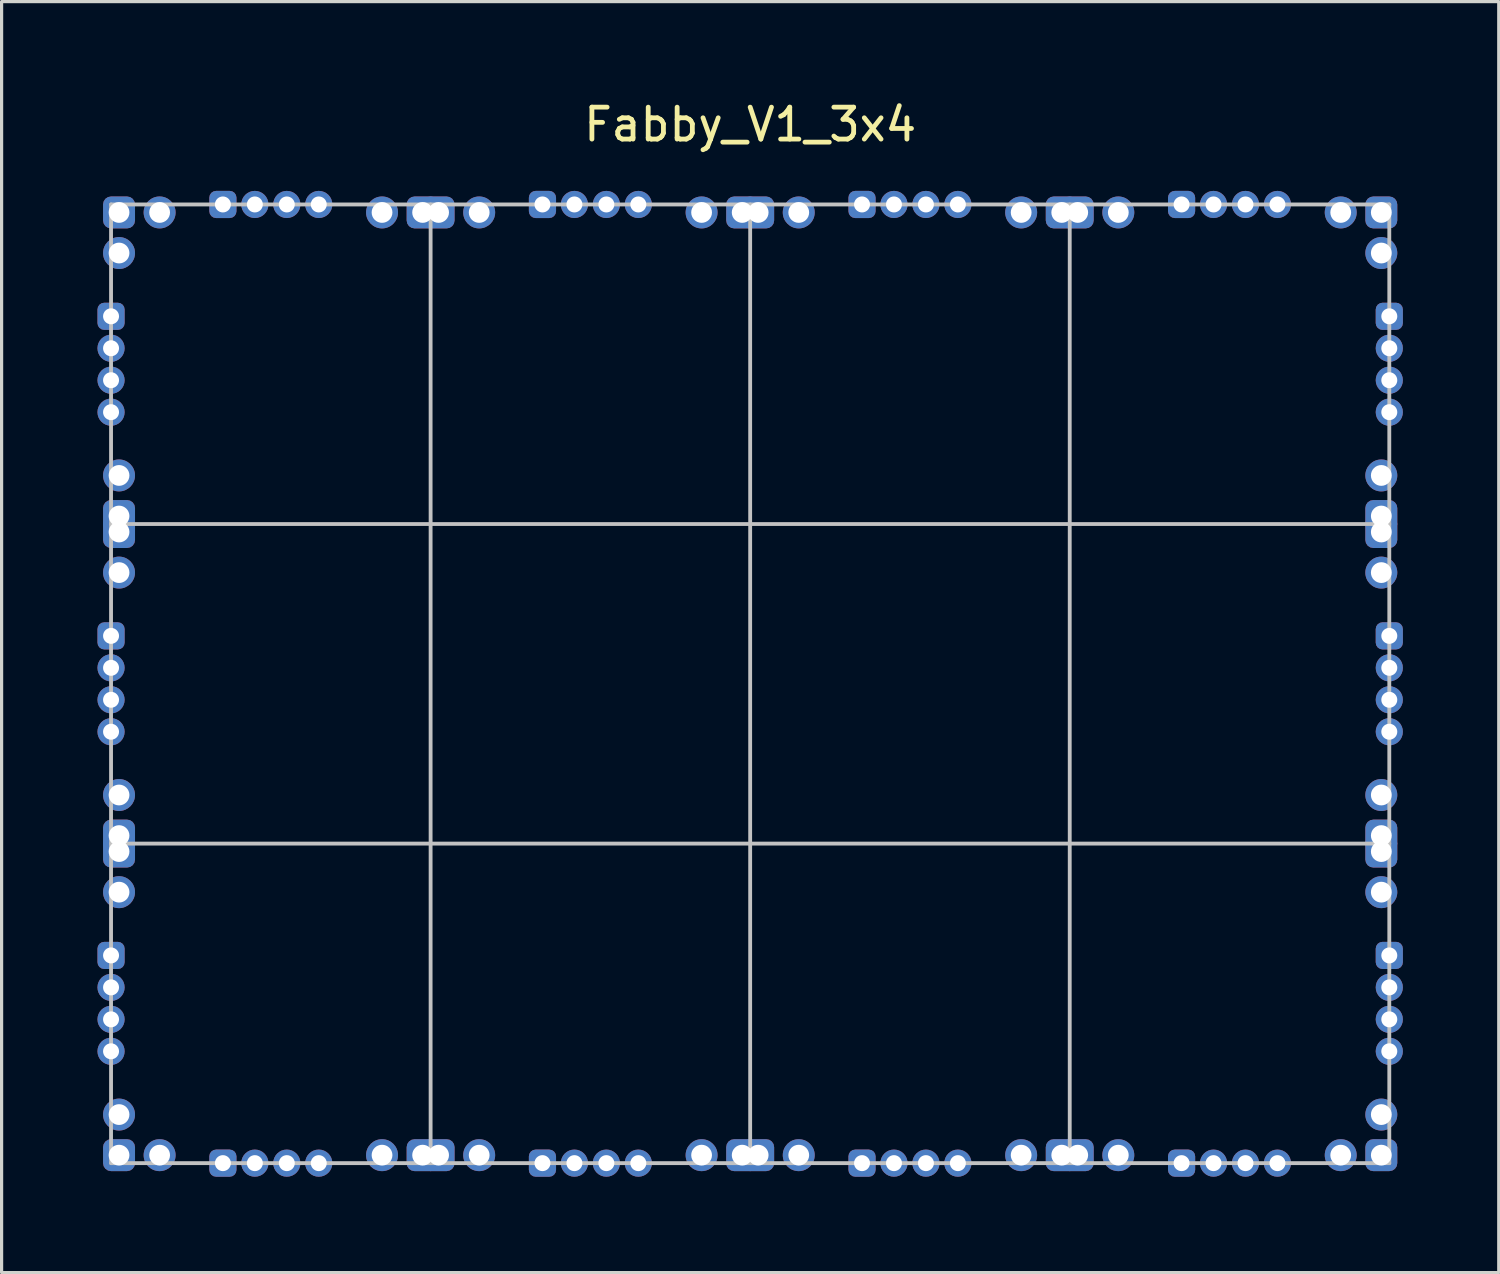
<source format=kicad_pcb>
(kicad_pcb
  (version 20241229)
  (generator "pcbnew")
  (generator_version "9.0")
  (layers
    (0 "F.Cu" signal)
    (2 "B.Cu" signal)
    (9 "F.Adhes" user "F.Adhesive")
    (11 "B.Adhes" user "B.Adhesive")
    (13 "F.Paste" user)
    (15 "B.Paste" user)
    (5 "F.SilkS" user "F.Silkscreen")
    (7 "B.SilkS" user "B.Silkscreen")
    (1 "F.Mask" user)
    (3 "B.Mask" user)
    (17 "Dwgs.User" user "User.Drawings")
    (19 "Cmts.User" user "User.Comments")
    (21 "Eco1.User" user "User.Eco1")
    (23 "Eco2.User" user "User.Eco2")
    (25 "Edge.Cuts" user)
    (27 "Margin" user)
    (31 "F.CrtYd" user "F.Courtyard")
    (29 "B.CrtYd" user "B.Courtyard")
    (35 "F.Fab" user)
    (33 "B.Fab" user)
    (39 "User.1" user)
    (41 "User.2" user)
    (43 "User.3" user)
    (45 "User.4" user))
  (footprint "Fabby_V1_3x4"
    (layer "F.Cu")
    (at 20.425 18.348)
    (property "Reference" "Fabby_V1_3x4" (at 0 -17.5 0) (layer "F.SilkS") (effects (font (size 1 1) (thickness 0.15))))
    (attr through_hole)
    (fp_line (start -20 -15) (end 20 -15) (stroke (width 0.12) (type solid)) (layer "Dwgs.User"))
    (fp_line (start -20 -5) (end 20 -5) (stroke (width 0.12) (type solid)) (layer "Dwgs.User"))
    (fp_line (start -20 5) (end 20 5) (stroke (width 0.12) (type solid)) (layer "Dwgs.User"))
    (fp_line (start -20 15) (end -20 -15) (stroke (width 0.12) (type solid)) (layer "Dwgs.User"))
    (fp_line (start -20 15) (end 20 15) (stroke (width 0.12) (type solid)) (layer "Dwgs.User"))
    (fp_line (start -10 15) (end -10 -15) (stroke (width 0.12) (type solid)) (layer "Dwgs.User"))
    (fp_line (start 0 -15) (end 0 15) (stroke (width 0.12) (type solid)) (layer "Dwgs.User"))
    (fp_line (start 10 15) (end 10 -15) (stroke (width 0.12) (type solid)) (layer "Dwgs.User"))
    (fp_line (start 20 -15) (end 20 15) (stroke (width 0.12) (type solid)) (layer "Dwgs.User"))
    (pad "GND" thru_hole roundrect (at -19.75 -14.75) (size 1 1) (drill 0.65) (layers "*.Cu" "*.Mask") (roundrect_rratio 0.25))
    (pad "GND" thru_hole roundrect (at -19.75 -5.25 90) (size 1 1) (drill 0.65) (layers "*.Cu" "*.Mask") (roundrect_rratio 0.25))
    (pad "GND" thru_hole roundrect (at -19.75 -4.75) (size 1 1) (drill 0.65) (layers "*.Cu" "*.Mask") (roundrect_rratio 0.25))
    (pad "GND" thru_hole roundrect (at -19.75 4.75 90) (size 1 1) (drill 0.65) (layers "*.Cu" "*.Mask") (roundrect_rratio 0.25))
    (pad "GND" thru_hole roundrect (at -19.75 5.25) (size 1 1) (drill 0.65) (layers "*.Cu" "*.Mask") (roundrect_rratio 0.25))
    (pad "GND" thru_hole roundrect (at -19.75 14.75 90) (size 1 1) (drill 0.65) (layers "*.Cu" "*.Mask") (roundrect_rratio 0.25))
    (pad "GND" thru_hole roundrect (at -10.25 -14.75 270) (size 1 1) (drill 0.65) (layers "*.Cu" "*.Mask") (roundrect_rratio 0.25))
    (pad "GND" thru_hole roundrect (at -10.25 14.75 180) (size 1 1) (drill 0.65) (layers "*.Cu" "*.Mask") (roundrect_rratio 0.25))
    (pad "GND" thru_hole roundrect (at -9.75 -14.75) (size 1 1) (drill 0.65) (layers "*.Cu" "*.Mask") (roundrect_rratio 0.25))
    (pad "GND" thru_hole roundrect (at -9.75 14.75 90) (size 1 1) (drill 0.65) (layers "*.Cu" "*.Mask") (roundrect_rratio 0.25))
    (pad "GND" thru_hole roundrect (at -0.25 -14.75 270) (size 1 1) (drill 0.65) (layers "*.Cu" "*.Mask") (roundrect_rratio 0.25))
    (pad "GND" thru_hole roundrect (at -0.25 14.75 180) (size 1 1) (drill 0.65) (layers "*.Cu" "*.Mask") (roundrect_rratio 0.25))
    (pad "GND" thru_hole roundrect (at 0.25 -14.75) (size 1 1) (drill 0.65) (layers "*.Cu" "*.Mask") (roundrect_rratio 0.25))
    (pad "GND" thru_hole roundrect (at 0.25 14.75 90) (size 1 1) (drill 0.65) (layers "*.Cu" "*.Mask") (roundrect_rratio 0.25))
    (pad "GND" thru_hole roundrect (at 9.75 -14.75 270) (size 1 1) (drill 0.65) (layers "*.Cu" "*.Mask") (roundrect_rratio 0.25))
    (pad "GND" thru_hole roundrect (at 9.75 14.75 180) (size 1 1) (drill 0.65) (layers "*.Cu" "*.Mask") (roundrect_rratio 0.25))
    (pad "GND" thru_hole roundrect (at 10.25 -14.75) (size 1 1) (drill 0.65) (layers "*.Cu" "*.Mask") (roundrect_rratio 0.25))
    (pad "GND" thru_hole roundrect (at 10.25 14.75 90) (size 1 1) (drill 0.65) (layers "*.Cu" "*.Mask") (roundrect_rratio 0.25))
    (pad "GND" thru_hole roundrect (at 19.75 -14.75 270) (size 1 1) (drill 0.65) (layers "*.Cu" "*.Mask") (roundrect_rratio 0.25))
    (pad "GND" thru_hole roundrect (at 19.75 -5.25 180) (size 1 1) (drill 0.65) (layers "*.Cu" "*.Mask") (roundrect_rratio 0.25))
    (pad "GND" thru_hole roundrect (at 19.75 -4.75 270) (size 1 1) (drill 0.65) (layers "*.Cu" "*.Mask") (roundrect_rratio 0.25))
    (pad "GND" thru_hole roundrect (at 19.75 4.75 180) (size 1 1) (drill 0.65) (layers "*.Cu" "*.Mask") (roundrect_rratio 0.25))
    (pad "GND" thru_hole roundrect (at 19.75 5.25 270) (size 1 1) (drill 0.65) (layers "*.Cu" "*.Mask") (roundrect_rratio 0.25))
    (pad "GND" thru_hole roundrect (at 19.75 14.75 180) (size 1 1) (drill 0.65) (layers "*.Cu" "*.Mask") (roundrect_rratio 0.25))
    (pad "H1" thru_hole roundrect (at -20 -11.5 180) (size 0.85 0.85) (drill 0.5) (layers "*.Cu" "*.Mask") (roundrect_rratio 0.25))
    (pad "H1" thru_hole roundrect (at 20 -11.5 180) (size 0.85 0.85) (drill 0.5) (layers "*.Cu" "*.Mask") (roundrect_rratio 0.25))
    (pad "H2" thru_hole circle (at -20 -10.5 180) (size 0.85 0.85) (drill 0.5) (layers "*.Cu" "*.Mask"))
    (pad "H2" thru_hole circle (at 20 -10.5 180) (size 0.85 0.85) (drill 0.5) (layers "*.Cu" "*.Mask"))
    (pad "H3" thru_hole circle (at -20 -9.5 180) (size 0.85 0.85) (drill 0.5) (layers "*.Cu" "*.Mask"))
    (pad "H3" thru_hole circle (at 20 -9.5 180) (size 0.85 0.85) (drill 0.5) (layers "*.Cu" "*.Mask"))
    (pad "H4" thru_hole circle (at -20 -8.5 180) (size 0.85 0.85) (drill 0.5) (layers "*.Cu" "*.Mask"))
    (pad "H4" thru_hole circle (at 20 -8.5 180) (size 0.85 0.85) (drill 0.5) (layers "*.Cu" "*.Mask"))
    (pad "H5" thru_hole roundrect (at -20 -1.5 180) (size 0.85 0.85) (drill 0.5) (layers "*.Cu" "*.Mask") (roundrect_rratio 0.25))
    (pad "H5" thru_hole roundrect (at 20 -1.5 180) (size 0.85 0.85) (drill 0.5) (layers "*.Cu" "*.Mask") (roundrect_rratio 0.25))
    (pad "H6" thru_hole circle (at -20 -0.5 180) (size 0.85 0.85) (drill 0.5) (layers "*.Cu" "*.Mask"))
    (pad "H6" thru_hole circle (at 20 -0.5 180) (size 0.85 0.85) (drill 0.5) (layers "*.Cu" "*.Mask"))
    (pad "H7" thru_hole circle (at -20 0.5 180) (size 0.85 0.85) (drill 0.5) (layers "*.Cu" "*.Mask"))
    (pad "H7" thru_hole circle (at 20 0.5 180) (size 0.85 0.85) (drill 0.5) (layers "*.Cu" "*.Mask"))
    (pad "H8" thru_hole circle (at -20 1.5 180) (size 0.85 0.85) (drill 0.5) (layers "*.Cu" "*.Mask"))
    (pad "H8" thru_hole circle (at 20 1.5 180) (size 0.85 0.85) (drill 0.5) (layers "*.Cu" "*.Mask"))
    (pad "H9" thru_hole roundrect (at -20 8.5 180) (size 0.85 0.85) (drill 0.5) (layers "*.Cu" "*.Mask") (roundrect_rratio 0.25))
    (pad "H9" thru_hole roundrect (at 20 8.5 180) (size 0.85 0.85) (drill 0.5) (layers "*.Cu" "*.Mask") (roundrect_rratio 0.25))
    (pad "H10" thru_hole circle (at -20 9.5 180) (size 0.85 0.85) (drill 0.5) (layers "*.Cu" "*.Mask"))
    (pad "H10" thru_hole circle (at 20 9.5 180) (size 0.85 0.85) (drill 0.5) (layers "*.Cu" "*.Mask"))
    (pad "H11" thru_hole circle (at -20 10.5 180) (size 0.85 0.85) (drill 0.5) (layers "*.Cu" "*.Mask"))
    (pad "H11" thru_hole circle (at 20 10.5 180) (size 0.85 0.85) (drill 0.5) (layers "*.Cu" "*.Mask"))
    (pad "H12" thru_hole circle (at -20 11.5 180) (size 0.85 0.85) (drill 0.5) (layers "*.Cu" "*.Mask"))
    (pad "H12" thru_hole circle (at 20 11.5 180) (size 0.85 0.85) (drill 0.5) (layers "*.Cu" "*.Mask"))
    (pad "V1" thru_hole roundrect (at -16.5 -15 90) (size 0.85 0.85) (drill 0.5) (layers "*.Cu" "*.Mask") (roundrect_rratio 0.25))
    (pad "V1" thru_hole roundrect (at -16.5 15 90) (size 0.85 0.85) (drill 0.5) (layers "*.Cu" "*.Mask") (roundrect_rratio 0.25))
    (pad "V2" thru_hole circle (at -15.5 -15 90) (size 0.85 0.85) (drill 0.5) (layers "*.Cu" "*.Mask"))
    (pad "V2" thru_hole circle (at -15.5 15 90) (size 0.85 0.85) (drill 0.5) (layers "*.Cu" "*.Mask"))
    (pad "V3" thru_hole circle (at -14.5 -15 90) (size 0.85 0.85) (drill 0.5) (layers "*.Cu" "*.Mask"))
    (pad "V3" thru_hole circle (at -14.5 15 90) (size 0.85 0.85) (drill 0.5) (layers "*.Cu" "*.Mask"))
    (pad "V4" thru_hole circle (at -13.5 -15 90) (size 0.85 0.85) (drill 0.5) (layers "*.Cu" "*.Mask"))
    (pad "V4" thru_hole circle (at -13.5 15 90) (size 0.85 0.85) (drill 0.5) (layers "*.Cu" "*.Mask"))
    (pad "V5" thru_hole roundrect (at -6.5 -15 90) (size 0.85 0.85) (drill 0.5) (layers "*.Cu" "*.Mask") (roundrect_rratio 0.25))
    (pad "V5" thru_hole roundrect (at -6.5 15 90) (size 0.85 0.85) (drill 0.5) (layers "*.Cu" "*.Mask") (roundrect_rratio 0.25))
    (pad "V6" thru_hole circle (at -5.5 -15 90) (size 0.85 0.85) (drill 0.5) (layers "*.Cu" "*.Mask"))
    (pad "V6" thru_hole circle (at -5.5 15 90) (size 0.85 0.85) (drill 0.5) (layers "*.Cu" "*.Mask"))
    (pad "V7" thru_hole circle (at -4.5 -15 90) (size 0.85 0.85) (drill 0.5) (layers "*.Cu" "*.Mask"))
    (pad "V7" thru_hole circle (at -4.5 15 90) (size 0.85 0.85) (drill 0.5) (layers "*.Cu" "*.Mask"))
    (pad "V8" thru_hole circle (at -3.5 -15 90) (size 0.85 0.85) (drill 0.5) (layers "*.Cu" "*.Mask"))
    (pad "V8" thru_hole circle (at -3.5 15 90) (size 0.85 0.85) (drill 0.5) (layers "*.Cu" "*.Mask"))
    (pad "V9" thru_hole roundrect (at 3.5 -15 90) (size 0.85 0.85) (drill 0.5) (layers "*.Cu" "*.Mask") (roundrect_rratio 0.25))
    (pad "V9" thru_hole roundrect (at 3.5 15 90) (size 0.85 0.85) (drill 0.5) (layers "*.Cu" "*.Mask") (roundrect_rratio 0.25))
    (pad "V10" thru_hole circle (at 4.5 -15 90) (size 0.85 0.85) (drill 0.5) (layers "*.Cu" "*.Mask"))
    (pad "V10" thru_hole circle (at 4.5 15 90) (size 0.85 0.85) (drill 0.5) (layers "*.Cu" "*.Mask"))
    (pad "V11" thru_hole circle (at 5.5 -15 90) (size 0.85 0.85) (drill 0.5) (layers "*.Cu" "*.Mask"))
    (pad "V11" thru_hole circle (at 5.5 15 90) (size 0.85 0.85) (drill 0.5) (layers "*.Cu" "*.Mask"))
    (pad "V12" thru_hole circle (at 6.5 -15 90) (size 0.85 0.85) (drill 0.5) (layers "*.Cu" "*.Mask"))
    (pad "V12" thru_hole circle (at 6.5 15 90) (size 0.85 0.85) (drill 0.5) (layers "*.Cu" "*.Mask"))
    (pad "V13" thru_hole roundrect (at 13.5 -15 90) (size 0.85 0.85) (drill 0.5) (layers "*.Cu" "*.Mask") (roundrect_rratio 0.25))
    (pad "V13" thru_hole roundrect (at 13.5 15 90) (size 0.85 0.85) (drill 0.5) (layers "*.Cu" "*.Mask") (roundrect_rratio 0.25))
    (pad "V14" thru_hole circle (at 14.5 -15 90) (size 0.85 0.85) (drill 0.5) (layers "*.Cu" "*.Mask"))
    (pad "V14" thru_hole circle (at 14.5 15 90) (size 0.85 0.85) (drill 0.5) (layers "*.Cu" "*.Mask"))
    (pad "V15" thru_hole circle (at 15.5 -15 90) (size 0.85 0.85) (drill 0.5) (layers "*.Cu" "*.Mask"))
    (pad "V15" thru_hole circle (at 15.5 15 90) (size 0.85 0.85) (drill 0.5) (layers "*.Cu" "*.Mask"))
    (pad "V16" thru_hole circle (at 16.5 -15 90) (size 0.85 0.85) (drill 0.5) (layers "*.Cu" "*.Mask"))
    (pad "V16" thru_hole circle (at 16.5 15 90) (size 0.85 0.85) (drill 0.5) (layers "*.Cu" "*.Mask"))
    (pad "VCC" thru_hole circle (at -19.75 -13.48) (size 1 1) (drill 0.65) (layers "*.Cu" "*.Mask"))
    (pad "VCC" thru_hole circle (at -19.75 -6.52 90) (size 1 1) (drill 0.65) (layers "*.Cu" "*.Mask"))
    (pad "VCC" thru_hole circle (at -19.75 -3.48) (size 1 1) (drill 0.65) (layers "*.Cu" "*.Mask"))
    (pad "VCC" thru_hole circle (at -19.75 3.48 90) (size 1 1) (drill 0.65) (layers "*.Cu" "*.Mask"))
    (pad "VCC" thru_hole circle (at -19.75 6.52) (size 1 1) (drill 0.65) (layers "*.Cu" "*.Mask"))
    (pad "VCC" thru_hole circle (at -19.75 13.48 90) (size 1 1) (drill 0.65) (layers "*.Cu" "*.Mask"))
    (pad "VCC" thru_hole circle (at -18.48 -14.75) (size 1 1) (drill 0.65) (layers "*.Cu" "*.Mask"))
    (pad "VCC" thru_hole circle (at -18.48 14.75 90) (size 1 1) (drill 0.65) (layers "*.Cu" "*.Mask"))
    (pad "VCC" thru_hole circle (at -11.52 -14.75 270) (size 1 1) (drill 0.65) (layers "*.Cu" "*.Mask"))
    (pad "VCC" thru_hole circle (at -11.52 14.75 180) (size 1 1) (drill 0.65) (layers "*.Cu" "*.Mask"))
    (pad "VCC" thru_hole circle (at -8.48 -14.75) (size 1 1) (drill 0.65) (layers "*.Cu" "*.Mask"))
    (pad "VCC" thru_hole circle (at -8.48 14.75 90) (size 1 1) (drill 0.65) (layers "*.Cu" "*.Mask"))
    (pad "VCC" thru_hole circle (at -1.52 -14.75 270) (size 1 1) (drill 0.65) (layers "*.Cu" "*.Mask"))
    (pad "VCC" thru_hole circle (at -1.52 14.75 180) (size 1 1) (drill 0.65) (layers "*.Cu" "*.Mask"))
    (pad "VCC" thru_hole circle (at 1.52 -14.75) (size 1 1) (drill 0.65) (layers "*.Cu" "*.Mask"))
    (pad "VCC" thru_hole circle (at 1.52 14.75 90) (size 1 1) (drill 0.65) (layers "*.Cu" "*.Mask"))
    (pad "VCC" thru_hole circle (at 8.48 -14.75 270) (size 1 1) (drill 0.65) (layers "*.Cu" "*.Mask"))
    (pad "VCC" thru_hole circle (at 8.48 14.75 180) (size 1 1) (drill 0.65) (layers "*.Cu" "*.Mask"))
    (pad "VCC" thru_hole circle (at 11.52 -14.75) (size 1 1) (drill 0.65) (layers "*.Cu" "*.Mask"))
    (pad "VCC" thru_hole circle (at 11.52 14.75 90) (size 1 1) (drill 0.65) (layers "*.Cu" "*.Mask"))
    (pad "VCC" thru_hole circle (at 18.48 -14.75 270) (size 1 1) (drill 0.65) (layers "*.Cu" "*.Mask"))
    (pad "VCC" thru_hole circle (at 18.48 14.75 180) (size 1 1) (drill 0.65) (layers "*.Cu" "*.Mask"))
    (pad "VCC" thru_hole circle (at 19.75 -13.48 270) (size 1 1) (drill 0.65) (layers "*.Cu" "*.Mask"))
    (pad "VCC" thru_hole circle (at 19.75 -6.52 180) (size 1 1) (drill 0.65) (layers "*.Cu" "*.Mask"))
    (pad "VCC" thru_hole circle (at 19.75 -3.48 270) (size 1 1) (drill 0.65) (layers "*.Cu" "*.Mask"))
    (pad "VCC" thru_hole circle (at 19.75 3.48 180) (size 1 1) (drill 0.65) (layers "*.Cu" "*.Mask"))
    (pad "VCC" thru_hole circle (at 19.75 6.52 270) (size 1 1) (drill 0.65) (layers "*.Cu" "*.Mask"))
    (pad "VCC" thru_hole circle (at 19.75 13.48 180) (size 1 1) (drill 0.65) (layers "*.Cu" "*.Mask")))
  (gr_rect
    (start -3 -3)
    (end 43.85 36.773)
    (stroke (width 0.1) (type default))
    (fill no)
    (layer "Edge.Cuts")))
</source>
